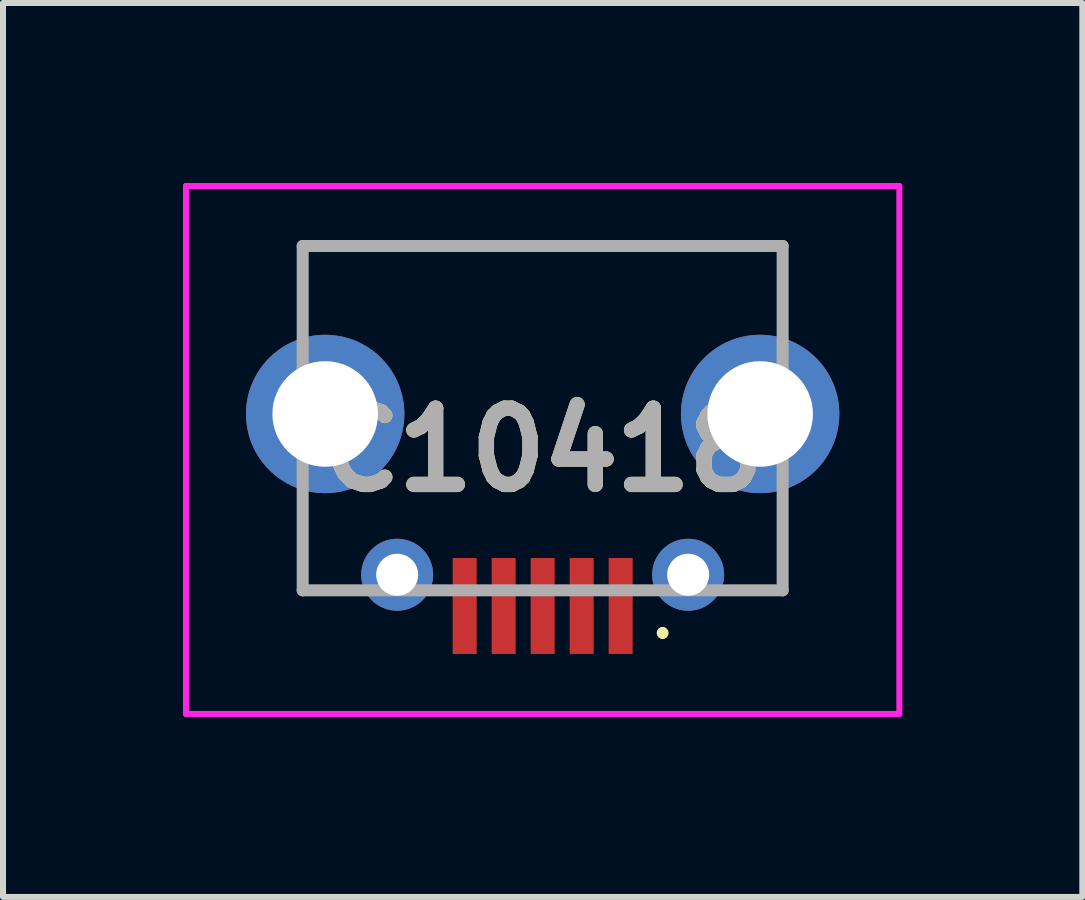
<source format=kicad_pcb>
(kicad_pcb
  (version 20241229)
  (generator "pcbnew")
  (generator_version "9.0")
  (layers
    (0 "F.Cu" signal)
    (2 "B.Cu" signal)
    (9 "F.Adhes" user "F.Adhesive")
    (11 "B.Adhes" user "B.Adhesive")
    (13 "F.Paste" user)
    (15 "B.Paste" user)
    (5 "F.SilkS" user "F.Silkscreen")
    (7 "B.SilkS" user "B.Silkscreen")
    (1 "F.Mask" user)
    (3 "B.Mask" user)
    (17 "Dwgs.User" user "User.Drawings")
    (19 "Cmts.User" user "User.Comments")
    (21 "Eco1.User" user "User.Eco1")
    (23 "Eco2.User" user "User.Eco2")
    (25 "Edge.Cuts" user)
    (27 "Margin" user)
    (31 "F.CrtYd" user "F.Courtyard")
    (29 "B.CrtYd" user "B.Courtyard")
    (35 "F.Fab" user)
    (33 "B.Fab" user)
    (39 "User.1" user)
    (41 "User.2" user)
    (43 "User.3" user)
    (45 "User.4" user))
  (footprint "C10418"
    (layer "F.Cu")
    (at 5.995 4.05)
    (property "Reference" "C10418" (at 0 0.4 0) (layer "F.SilkS") (effects (font (size 1.27 1.27) (thickness 0.254))))
    (attr through_hole)
    (fp_line (start -4 -3) (end 4 -3) (stroke (width 0.1) (type solid)) (layer "F.SilkS"))
    (fp_line (start -4 -1.8) (end -4 -3) (stroke (width 0.1) (type solid)) (layer "F.SilkS"))
    (fp_line (start -4 1.4) (end -4 2.74) (stroke (width 0.1) (type solid)) (layer "F.SilkS"))
    (fp_line (start -4 2.74) (end -3.2 2.74) (stroke (width 0.1) (type solid)) (layer "F.SilkS"))
    (fp_line (start 2 3.4) (end 2 3.4) (stroke (width 0.1) (type solid)) (layer "F.SilkS"))
    (fp_line (start 2 3.5) (end 2 3.5) (stroke (width 0.1) (type solid)) (layer "F.SilkS"))
    (fp_line (start 4 -3) (end 4 -1.8) (stroke (width 0.1) (type solid)) (layer "F.SilkS"))
    (fp_line (start 4 1.4) (end 4 2.74) (stroke (width 0.1) (type solid)) (layer "F.SilkS"))
    (fp_line (start 4 2.74) (end 3.2 2.74) (stroke (width 0.1) (type solid)) (layer "F.SilkS"))
    (fp_arc (start 2 3.4) (mid 2.05 3.45) (end 2 3.5) (stroke (width 0.1) (type solid)) (layer "F.SilkS"))
    (fp_arc (start 2 3.5) (mid 1.95 3.45) (end 2 3.4) (stroke (width 0.1) (type solid)) (layer "F.SilkS"))
    (fp_line (start -5.945 -4) (end 5.945 -4) (stroke (width 0.1) (type solid)) (layer "F.CrtYd"))
    (fp_line (start -5.945 4.8) (end -5.945 -4) (stroke (width 0.1) (type solid)) (layer "F.CrtYd"))
    (fp_line (start 5.945 -4) (end 5.945 4.8) (stroke (width 0.1) (type solid)) (layer "F.CrtYd"))
    (fp_line (start 5.945 4.8) (end -5.945 4.8) (stroke (width 0.1) (type solid)) (layer "F.CrtYd"))
    (fp_line (start -4 -3) (end 4 -3) (stroke (width 0.2) (type solid)) (layer "F.Fab"))
    (fp_line (start -4 2.74) (end -4 -3) (stroke (width 0.2) (type solid)) (layer "F.Fab"))
    (fp_line (start 4 -3) (end 4 2.74) (stroke (width 0.2) (type solid)) (layer "F.Fab"))
    (fp_line (start 4 2.74) (end -4 2.74) (stroke (width 0.2) (type solid)) (layer "F.Fab"))
    (fp_text user "${REFERENCE}" (at 0 0.4 0) (layer "F.Fab") (effects (font (size 1.27 1.27) (thickness 0.254))))
    (pad "1" smd rect (at 1.3 3) (size 0.4 1.6) (layers "F.Cu" "F.Mask" "F.Paste"))
    (pad "2" smd rect (at 0.65 3) (size 0.4 1.6) (layers "F.Cu" "F.Mask" "F.Paste"))
    (pad "3" smd rect (at 0 3) (size 0.4 1.6) (layers "F.Cu" "F.Mask" "F.Paste"))
    (pad "4" smd rect (at -0.65 3) (size 0.4 1.6) (layers "F.Cu" "F.Mask" "F.Paste"))
    (pad "5" smd rect (at -1.3 3) (size 0.4 1.6) (layers "F.Cu" "F.Mask" "F.Paste"))
    (pad "6" thru_hole circle (at -3.625 -0.2) (size 2.64 2.64) (drill 1.76) (layers "*.Cu" "*.Mask"))
    (pad "7" thru_hole circle (at 3.625 -0.2) (size 2.64 2.64) (drill 1.76) (layers "*.Cu" "*.Mask"))
    (pad "8" thru_hole circle (at -2.425 2.48) (size 1.2 1.2) (drill 0.7) (layers "*.Cu" "*.Mask"))
    (pad "9" thru_hole circle (at 2.425 2.48) (size 1.2 1.2) (drill 0.7) (layers "*.Cu" "*.Mask")))
  (gr_rect
    (start -3 -3)
    (end 14.99 11.9)
    (stroke (width 0.1) (type default))
    (fill no)
    (layer "Edge.Cuts")))
</source>
